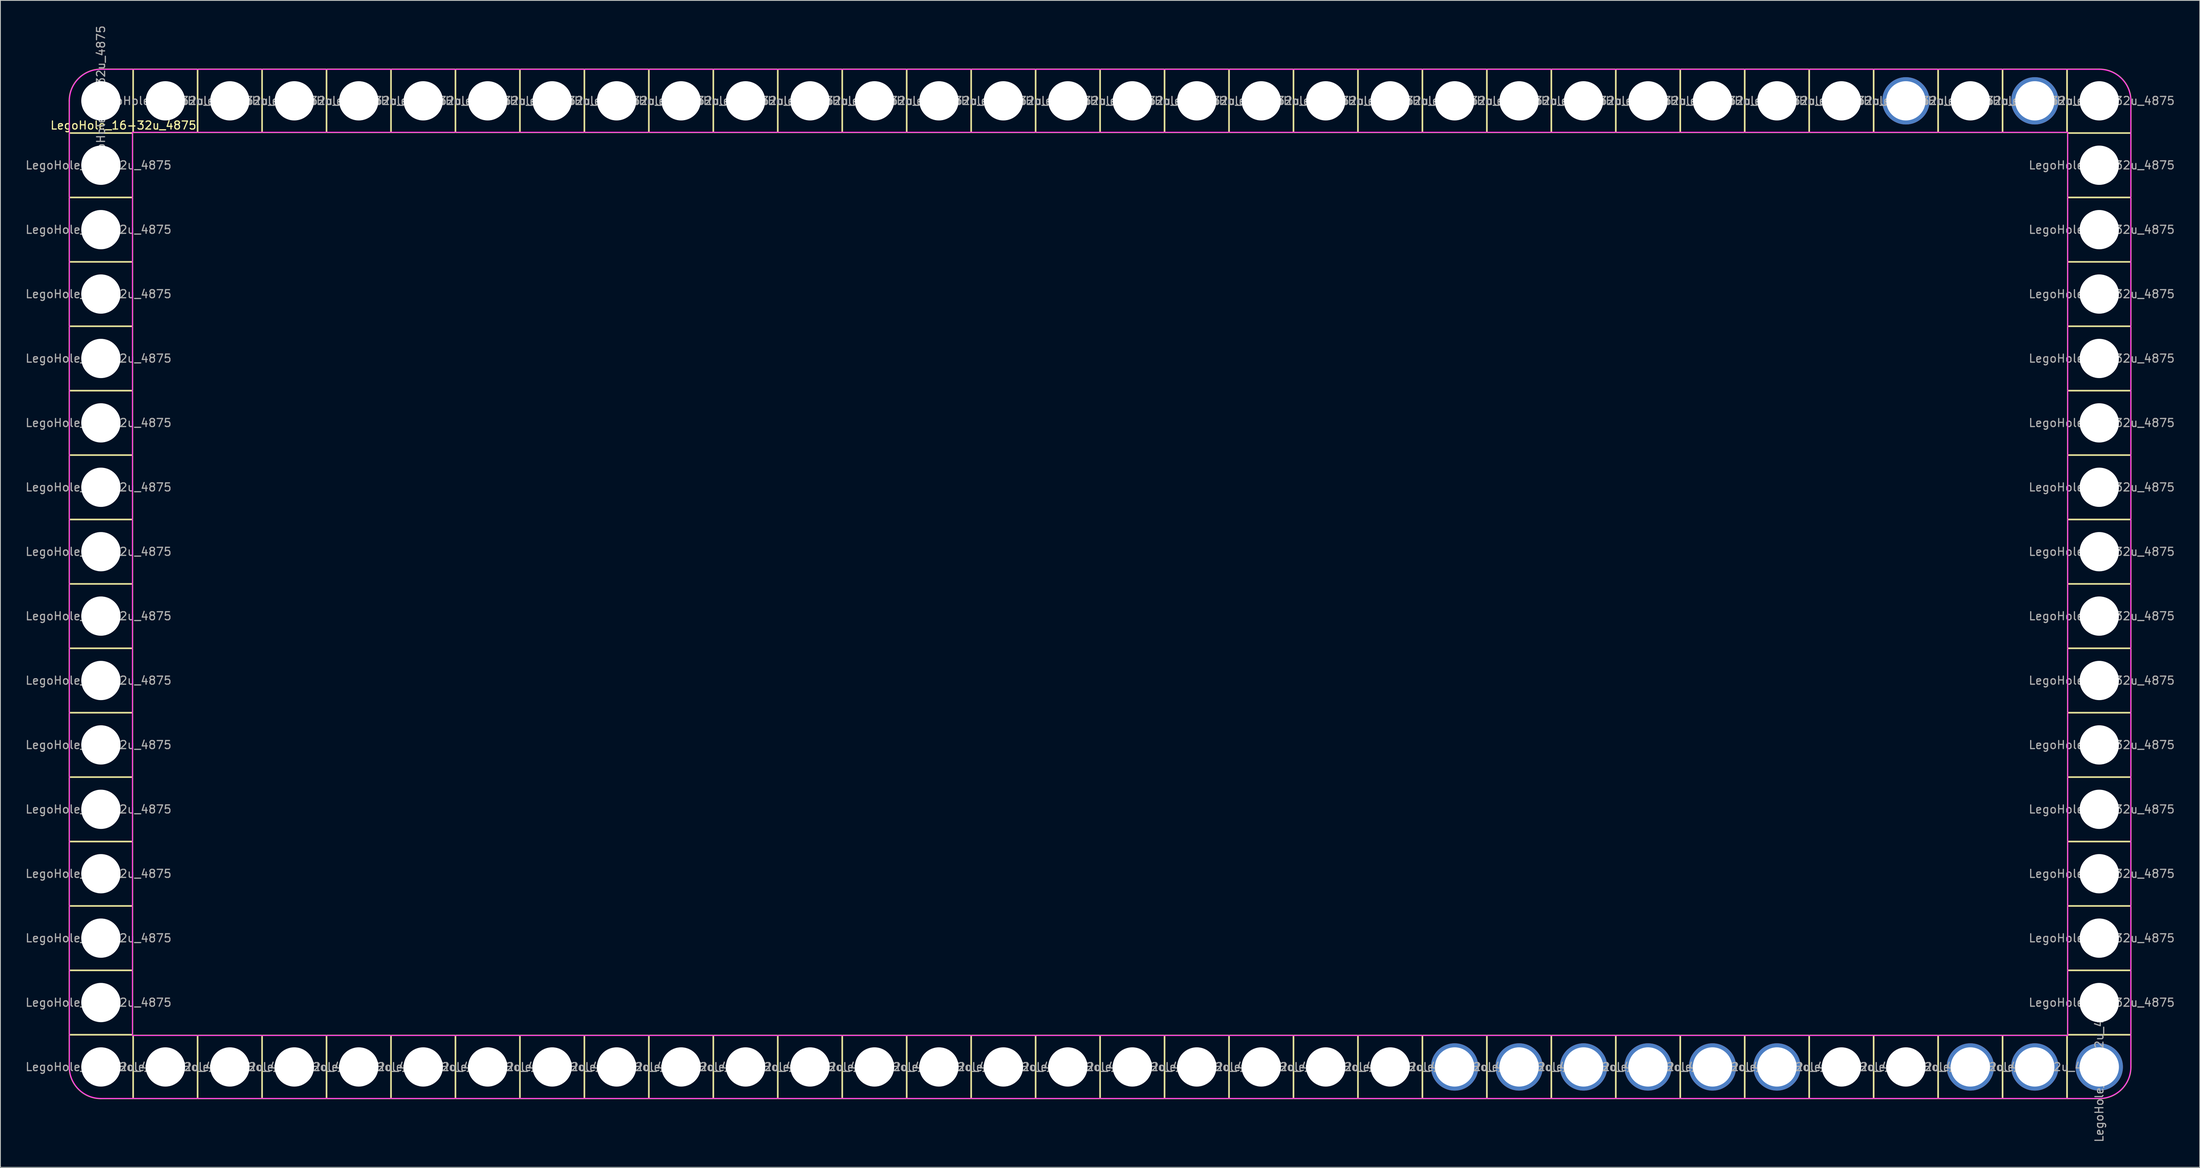
<source format=kicad_pcb>
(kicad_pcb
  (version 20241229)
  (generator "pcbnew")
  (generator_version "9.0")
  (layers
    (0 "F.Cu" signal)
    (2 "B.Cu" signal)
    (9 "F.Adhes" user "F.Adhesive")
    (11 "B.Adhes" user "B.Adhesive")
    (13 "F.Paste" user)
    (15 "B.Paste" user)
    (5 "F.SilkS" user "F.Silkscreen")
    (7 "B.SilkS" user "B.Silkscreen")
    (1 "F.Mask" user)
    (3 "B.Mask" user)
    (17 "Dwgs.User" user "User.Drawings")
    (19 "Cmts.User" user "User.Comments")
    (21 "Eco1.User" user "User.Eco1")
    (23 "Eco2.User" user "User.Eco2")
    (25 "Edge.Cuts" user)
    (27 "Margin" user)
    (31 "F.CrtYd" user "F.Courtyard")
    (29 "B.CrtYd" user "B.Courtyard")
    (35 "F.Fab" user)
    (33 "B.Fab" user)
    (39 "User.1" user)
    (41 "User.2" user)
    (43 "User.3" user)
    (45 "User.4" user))
  (footprint "LegoHole_16-32u_4875"
    (layer "F.Cu")
    (at 9.473 9.473)
    (property "Reference" "LegoHole_16-32u_4875" (at 2.794 3.048 0) (layer "F.SilkS") (effects (font (size 1 1) (thickness 0.15))))
    (attr exclude_from_pos_files exclude_from_bom)
    (fp_line (start -3.95 0) (end -3.95 3.95) (stroke (width 0.1) (type solid)) (layer "F.SilkS"))
    (fp_line (start -3.95 3.95) (end 3.95 3.95) (stroke (width 0.1) (type solid)) (layer "F.SilkS"))
    (fp_line (start -3.95 120) (end -3.95 116.05) (stroke (width 0.1) (type solid)) (layer "F.SilkS"))
    (fp_line (start 0 -3.95) (end 3.95 -3.95) (stroke (width 0.1) (type solid)) (layer "F.SilkS"))
    (fp_line (start 0 123.95) (end 3.95 123.95) (stroke (width 0.1) (type solid)) (layer "F.SilkS"))
    (fp_line (start 3.95 3.95) (end 3.95 -3.95) (stroke (width 0.1) (type solid)) (layer "F.SilkS"))
    (fp_line (start 3.95 116.05) (end -3.95 116.05) (stroke (width 0.1) (type solid)) (layer "F.SilkS"))
    (fp_line (start 3.95 123.95) (end 3.95 116.05) (stroke (width 0.1) (type solid)) (layer "F.SilkS"))
    (fp_line (start 244.05 -3.95) (end 244.05 3.95) (stroke (width 0.1) (type solid)) (layer "F.SilkS"))
    (fp_line (start 244.05 3.95) (end 251.95 3.95) (stroke (width 0.1) (type solid)) (layer "F.SilkS"))
    (fp_line (start 244.05 116.05) (end 244.05 123.95) (stroke (width 0.1) (type solid)) (layer "F.SilkS"))
    (fp_line (start 248 -3.95) (end 244.05 -3.95) (stroke (width 0.1) (type solid)) (layer "F.SilkS"))
    (fp_line (start 248 123.95) (end 244.05 123.95) (stroke (width 0.1) (type solid)) (layer "F.SilkS"))
    (fp_line (start 251.95 0) (end 251.95 3.95) (stroke (width 0.1) (type solid)) (layer "F.SilkS"))
    (fp_line (start 251.95 116.05) (end 244.05 116.05) (stroke (width 0.1) (type solid)) (layer "F.SilkS"))
    (fp_line (start 251.95 120) (end 251.95 116.05) (stroke (width 0.1) (type solid)) (layer "F.SilkS"))
    (fp_rect (start 3.95 11.95) (end -3.95 4.05) (stroke (width 0.1) (type solid)) (fill no) (layer "F.SilkS"))
    (fp_rect (start 3.95 19.95) (end -3.95 12.05) (stroke (width 0.1) (type solid)) (fill no) (layer "F.SilkS"))
    (fp_rect (start 3.95 27.95) (end -3.95 20.05) (stroke (width 0.1) (type solid)) (fill no) (layer "F.SilkS"))
    (fp_rect (start 3.95 35.95) (end -3.95 28.05) (stroke (width 0.1) (type solid)) (fill no) (layer "F.SilkS"))
    (fp_rect (start 3.95 43.95) (end -3.95 36.05) (stroke (width 0.1) (type solid)) (fill no) (layer "F.SilkS"))
    (fp_rect (start 3.95 51.95) (end -3.95 44.05) (stroke (width 0.1) (type solid)) (fill no) (layer "F.SilkS"))
    (fp_rect (start 3.95 59.95) (end -3.95 52.05) (stroke (width 0.1) (type solid)) (fill no) (layer "F.SilkS"))
    (fp_rect (start 3.95 67.95) (end -3.95 60.05) (stroke (width 0.1) (type solid)) (fill no) (layer "F.SilkS"))
    (fp_rect (start 3.95 75.95) (end -3.95 68.05) (stroke (width 0.1) (type solid)) (fill no) (layer "F.SilkS"))
    (fp_rect (start 3.95 83.95) (end -3.95 76.05) (stroke (width 0.1) (type solid)) (fill no) (layer "F.SilkS"))
    (fp_rect (start 3.95 91.95) (end -3.95 84.05) (stroke (width 0.1) (type solid)) (fill no) (layer "F.SilkS"))
    (fp_rect (start 3.95 99.95) (end -3.95 92.05) (stroke (width 0.1) (type solid)) (fill no) (layer "F.SilkS"))
    (fp_rect (start 3.95 107.95) (end -3.95 100.05) (stroke (width 0.1) (type solid)) (fill no) (layer "F.SilkS"))
    (fp_rect (start 3.95 115.95) (end -3.95 108.05) (stroke (width 0.1) (type solid)) (fill no) (layer "F.SilkS"))
    (fp_rect (start 4.05 -3.95) (end 11.95 3.95) (stroke (width 0.1) (type solid)) (fill no) (layer "F.SilkS"))
    (fp_rect (start 11.95 123.95) (end 4.05 116.05) (stroke (width 0.1) (type solid)) (fill no) (layer "F.SilkS"))
    (fp_rect (start 12.05 -3.95) (end 19.95 3.95) (stroke (width 0.1) (type solid)) (fill no) (layer "F.SilkS"))
    (fp_rect (start 19.95 123.95) (end 12.05 116.05) (stroke (width 0.1) (type solid)) (fill no) (layer "F.SilkS"))
    (fp_rect (start 20.05 -3.95) (end 27.95 3.95) (stroke (width 0.1) (type solid)) (fill no) (layer "F.SilkS"))
    (fp_rect (start 27.95 123.95) (end 20.05 116.05) (stroke (width 0.1) (type solid)) (fill no) (layer "F.SilkS"))
    (fp_rect (start 28.05 -3.95) (end 35.95 3.95) (stroke (width 0.1) (type solid)) (fill no) (layer "F.SilkS"))
    (fp_rect (start 35.95 123.95) (end 28.05 116.05) (stroke (width 0.1) (type solid)) (fill no) (layer "F.SilkS"))
    (fp_rect (start 36.05 -3.95) (end 43.95 3.95) (stroke (width 0.1) (type solid)) (fill no) (layer "F.SilkS"))
    (fp_rect (start 43.95 123.95) (end 36.05 116.05) (stroke (width 0.1) (type solid)) (fill no) (layer "F.SilkS"))
    (fp_rect (start 44.05 -3.95) (end 51.95 3.95) (stroke (width 0.1) (type solid)) (fill no) (layer "F.SilkS"))
    (fp_rect (start 51.95 123.95) (end 44.05 116.05) (stroke (width 0.1) (type solid)) (fill no) (layer "F.SilkS"))
    (fp_rect (start 52.05 -3.95) (end 59.95 3.95) (stroke (width 0.1) (type solid)) (fill no) (layer "F.SilkS"))
    (fp_rect (start 59.95 123.95) (end 52.05 116.05) (stroke (width 0.1) (type solid)) (fill no) (layer "F.SilkS"))
    (fp_rect (start 60.05 -3.95) (end 67.95 3.95) (stroke (width 0.1) (type solid)) (fill no) (layer "F.SilkS"))
    (fp_rect (start 67.95 123.95) (end 60.05 116.05) (stroke (width 0.1) (type solid)) (fill no) (layer "F.SilkS"))
    (fp_rect (start 68.05 -3.95) (end 75.95 3.95) (stroke (width 0.1) (type solid)) (fill no) (layer "F.SilkS"))
    (fp_rect (start 75.95 123.95) (end 68.05 116.05) (stroke (width 0.1) (type solid)) (fill no) (layer "F.SilkS"))
    (fp_rect (start 76.05 -3.95) (end 83.95 3.95) (stroke (width 0.1) (type solid)) (fill no) (layer "F.SilkS"))
    (fp_rect (start 83.95 123.95) (end 76.05 116.05) (stroke (width 0.1) (type solid)) (fill no) (layer "F.SilkS"))
    (fp_rect (start 84.05 -3.95) (end 91.95 3.95) (stroke (width 0.1) (type solid)) (fill no) (layer "F.SilkS"))
    (fp_rect (start 91.95 123.95) (end 84.05 116.05) (stroke (width 0.1) (type solid)) (fill no) (layer "F.SilkS"))
    (fp_rect (start 92.05 -3.95) (end 99.95 3.95) (stroke (width 0.1) (type solid)) (fill no) (layer "F.SilkS"))
    (fp_rect (start 99.95 123.95) (end 92.05 116.05) (stroke (width 0.1) (type solid)) (fill no) (layer "F.SilkS"))
    (fp_rect (start 100.05 -3.95) (end 107.95 3.95) (stroke (width 0.1) (type solid)) (fill no) (layer "F.SilkS"))
    (fp_rect (start 107.95 123.95) (end 100.05 116.05) (stroke (width 0.1) (type solid)) (fill no) (layer "F.SilkS"))
    (fp_rect (start 108.05 -3.95) (end 115.95 3.95) (stroke (width 0.1) (type solid)) (fill no) (layer "F.SilkS"))
    (fp_rect (start 115.95 123.95) (end 108.05 116.05) (stroke (width 0.1) (type solid)) (fill no) (layer "F.SilkS"))
    (fp_rect (start 116.05 -3.95) (end 123.95 3.95) (stroke (width 0.1) (type solid)) (fill no) (layer "F.SilkS"))
    (fp_rect (start 123.95 123.95) (end 116.05 116.05) (stroke (width 0.1) (type solid)) (fill no) (layer "F.SilkS"))
    (fp_rect (start 124.05 -3.95) (end 131.95 3.95) (stroke (width 0.1) (type solid)) (fill no) (layer "F.SilkS"))
    (fp_rect (start 131.95 123.95) (end 124.05 116.05) (stroke (width 0.1) (type solid)) (fill no) (layer "F.SilkS"))
    (fp_rect (start 132.05 -3.95) (end 139.95 3.95) (stroke (width 0.1) (type solid)) (fill no) (layer "F.SilkS"))
    (fp_rect (start 139.95 123.95) (end 132.05 116.05) (stroke (width 0.1) (type solid)) (fill no) (layer "F.SilkS"))
    (fp_rect (start 140.05 -3.95) (end 147.95 3.95) (stroke (width 0.1) (type solid)) (fill no) (layer "F.SilkS"))
    (fp_rect (start 147.95 123.95) (end 140.05 116.05) (stroke (width 0.1) (type solid)) (fill no) (layer "F.SilkS"))
    (fp_rect (start 148.05 -3.95) (end 155.95 3.95) (stroke (width 0.1) (type solid)) (fill no) (layer "F.SilkS"))
    (fp_rect (start 155.95 123.95) (end 148.05 116.05) (stroke (width 0.1) (type solid)) (fill no) (layer "F.SilkS"))
    (fp_rect (start 156.05 -3.95) (end 163.95 3.95) (stroke (width 0.1) (type solid)) (fill no) (layer "F.SilkS"))
    (fp_rect (start 163.95 123.95) (end 156.05 116.05) (stroke (width 0.1) (type solid)) (fill no) (layer "F.SilkS"))
    (fp_rect (start 164.05 -3.95) (end 171.95 3.95) (stroke (width 0.1) (type solid)) (fill no) (layer "F.SilkS"))
    (fp_rect (start 171.95 123.95) (end 164.05 116.05) (stroke (width 0.1) (type solid)) (fill no) (layer "F.SilkS"))
    (fp_rect (start 172.05 -3.95) (end 179.95 3.95) (stroke (width 0.1) (type solid)) (fill no) (layer "F.SilkS"))
    (fp_rect (start 179.95 123.95) (end 172.05 116.05) (stroke (width 0.1) (type solid)) (fill no) (layer "F.SilkS"))
    (fp_rect (start 180.05 -3.95) (end 187.95 3.95) (stroke (width 0.1) (type solid)) (fill no) (layer "F.SilkS"))
    (fp_rect (start 187.95 123.95) (end 180.05 116.05) (stroke (width 0.1) (type solid)) (fill no) (layer "F.SilkS"))
    (fp_rect (start 188.05 -3.95) (end 195.95 3.95) (stroke (width 0.1) (type solid)) (fill no) (layer "F.SilkS"))
    (fp_rect (start 195.95 123.95) (end 188.05 116.05) (stroke (width 0.1) (type solid)) (fill no) (layer "F.SilkS"))
    (fp_rect (start 196.05 -3.95) (end 203.95 3.95) (stroke (width 0.1) (type solid)) (fill no) (layer "F.SilkS"))
    (fp_rect (start 203.95 123.95) (end 196.05 116.05) (stroke (width 0.1) (type solid)) (fill no) (layer "F.SilkS"))
    (fp_rect (start 204.05 -3.95) (end 211.95 3.95) (stroke (width 0.1) (type solid)) (fill no) (layer "F.SilkS"))
    (fp_rect (start 211.95 123.95) (end 204.05 116.05) (stroke (width 0.1) (type solid)) (fill no) (layer "F.SilkS"))
    (fp_rect (start 212.05 -3.95) (end 219.95 3.95) (stroke (width 0.1) (type solid)) (fill no) (layer "F.SilkS"))
    (fp_rect (start 219.95 123.95) (end 212.05 116.05) (stroke (width 0.1) (type solid)) (fill no) (layer "F.SilkS"))
    (fp_rect (start 220.05 -3.95) (end 227.95 3.95) (stroke (width 0.1) (type solid)) (fill no) (layer "F.SilkS"))
    (fp_rect (start 227.95 123.95) (end 220.05 116.05) (stroke (width 0.1) (type solid)) (fill no) (layer "F.SilkS"))
    (fp_rect (start 228.05 -3.95) (end 235.95 3.95) (stroke (width 0.1) (type solid)) (fill no) (layer "F.SilkS"))
    (fp_rect (start 235.95 123.95) (end 228.05 116.05) (stroke (width 0.1) (type solid)) (fill no) (layer "F.SilkS"))
    (fp_rect (start 236.05 -3.95) (end 243.95 3.95) (stroke (width 0.1) (type solid)) (fill no) (layer "F.SilkS"))
    (fp_rect (start 243.95 123.95) (end 236.05 116.05) (stroke (width 0.1) (type solid)) (fill no) (layer "F.SilkS"))
    (fp_rect (start 244.05 4.05) (end 251.95 11.95) (stroke (width 0.1) (type solid)) (fill no) (layer "F.SilkS"))
    (fp_rect (start 244.05 12.05) (end 251.95 19.95) (stroke (width 0.1) (type solid)) (fill no) (layer "F.SilkS"))
    (fp_rect (start 244.05 20.05) (end 251.95 27.95) (stroke (width 0.1) (type solid)) (fill no) (layer "F.SilkS"))
    (fp_rect (start 244.05 28.05) (end 251.95 35.95) (stroke (width 0.1) (type solid)) (fill no) (layer "F.SilkS"))
    (fp_rect (start 244.05 36.05) (end 251.95 43.95) (stroke (width 0.1) (type solid)) (fill no) (layer "F.SilkS"))
    (fp_rect (start 244.05 44.05) (end 251.95 51.95) (stroke (width 0.1) (type solid)) (fill no) (layer "F.SilkS"))
    (fp_rect (start 244.05 52.05) (end 251.95 59.95) (stroke (width 0.1) (type solid)) (fill no) (layer "F.SilkS"))
    (fp_rect (start 244.05 60.05) (end 251.95 67.95) (stroke (width 0.1) (type solid)) (fill no) (layer "F.SilkS"))
    (fp_rect (start 244.05 68.05) (end 251.95 75.95) (stroke (width 0.1) (type solid)) (fill no) (layer "F.SilkS"))
    (fp_rect (start 244.05 76.05) (end 251.95 83.95) (stroke (width 0.1) (type solid)) (fill no) (layer "F.SilkS"))
    (fp_rect (start 244.05 84.05) (end 251.95 91.95) (stroke (width 0.1) (type solid)) (fill no) (layer "F.SilkS"))
    (fp_rect (start 244.05 92.05) (end 251.95 99.95) (stroke (width 0.1) (type solid)) (fill no) (layer "F.SilkS"))
    (fp_rect (start 244.05 100.05) (end 251.95 107.95) (stroke (width 0.1) (type solid)) (fill no) (layer "F.SilkS"))
    (fp_rect (start 244.05 108.05) (end 251.95 115.95) (stroke (width 0.1) (type solid)) (fill no) (layer "F.SilkS"))
    (fp_arc (start -3.95 0) (mid -2.793072 -2.793072) (end 0 -3.95) (stroke (width 0.1) (type solid)) (layer "F.SilkS"))
    (fp_arc (start 0 123.95) (mid -2.793072 122.793072) (end -3.95 120) (stroke (width 0.1) (type solid)) (layer "F.SilkS"))
    (fp_arc (start 248 -3.95) (mid 250.793072 -2.793072) (end 251.95 0) (stroke (width 0.1) (type solid)) (layer "F.SilkS"))
    (fp_arc (start 251.95 120) (mid 250.793072 122.793072) (end 248 123.95) (stroke (width 0.1) (type solid)) (layer "F.SilkS"))
    (fp_line (start -3.9 3.88) (end -3.9 0) (stroke (width 0.12) (type solid)) (layer "F.CrtYd"))
    (fp_line (start -3.9 3.88) (end -3.9 120) (stroke (width 0.12) (type solid)) (layer "F.CrtYd"))
    (fp_line (start 3.9 3.9) (end 244.1 3.9) (stroke (width 0.12) (type solid)) (layer "F.CrtYd"))
    (fp_line (start 3.9 116.1) (end 3.9 3.9) (stroke (width 0.12) (type solid)) (layer "F.CrtYd"))
    (fp_line (start 3.9 123.9) (end 0 123.9) (stroke (width 0.12) (type solid)) (layer "F.CrtYd"))
    (fp_line (start 3.9 123.9) (end 248 123.9) (stroke (width 0.12) (type solid)) (layer "F.CrtYd"))
    (fp_line (start 244.1 -3.9) (end 0 -3.9) (stroke (width 0.12) (type solid)) (layer "F.CrtYd"))
    (fp_line (start 244.1 -3.9) (end 248 -3.9) (stroke (width 0.12) (type solid)) (layer "F.CrtYd"))
    (fp_line (start 244.1 3.9) (end 244.1 116.1) (stroke (width 0.12) (type solid)) (layer "F.CrtYd"))
    (fp_line (start 244.1 116.1) (end 3.9 116.1) (stroke (width 0.12) (type solid)) (layer "F.CrtYd"))
    (fp_line (start 251.9 116.1) (end 251.9 0) (stroke (width 0.12) (type solid)) (layer "F.CrtYd"))
    (fp_line (start 251.9 116.1) (end 251.9 120) (stroke (width 0.12) (type solid)) (layer "F.CrtYd"))
    (fp_arc (start -3.9 0) (mid -2.757716 -2.757716) (end 0 -3.9) (stroke (width 0.12) (type solid)) (layer "F.CrtYd"))
    (fp_arc (start 0 123.9) (mid -2.757716 122.757716) (end -3.9 120) (stroke (width 0.12) (type solid)) (layer "F.CrtYd"))
    (fp_arc (start 248 -3.9) (mid 250.757716 -2.757716) (end 251.9 0) (stroke (width 0.12) (type solid)) (layer "F.CrtYd"))
    (fp_arc (start 251.9 120) (mid 250.757716 122.757716) (end 248 123.9) (stroke (width 0.12) (type solid)) (layer "F.CrtYd"))
    (fp_text user "${REFERENCE}" (at 248.3 56 0) (layer "F.Fab") (effects (font (size 1 1) (thickness 0.15))))
    (fp_text user "${REFERENCE}" (at 167.7 120 180) (layer "F.Fab") (effects (font (size 1 1) (thickness 0.15))))
    (fp_text user "${REFERENCE}" (at -0.3 104 180) (layer "F.Fab") (effects (font (size 1 1) (thickness 0.15))))
    (fp_text user "${REFERENCE}" (at 23.7 120 180) (layer "F.Fab") (effects (font (size 1 1) (thickness 0.15))))
    (fp_text user "${REFERENCE}" (at -0.3 72 180) (layer "F.Fab") (effects (font (size 1 1) (thickness 0.15))))
    (fp_text user "${REFERENCE}" (at 128.3 0 0) (layer "F.Fab") (effects (font (size 1 1) (thickness 0.15))))
    (fp_text user "${REFERENCE}" (at 104.3 0 0) (layer "F.Fab") (effects (font (size 1 1) (thickness 0.15))))
    (fp_text user "${REFERENCE}" (at 48.3 0 0) (layer "F.Fab") (effects (font (size 1 1) (thickness 0.15))))
    (fp_text user "${REFERENCE}" (at 239.7 120 180) (layer "F.Fab") (effects (font (size 1 1) (thickness 0.15))))
    (fp_text user "${REFERENCE}" (at 240.3 0 0) (layer "F.Fab") (effects (font (size 1 1) (thickness 0.15))))
    (fp_text user "${REFERENCE}" (at 95.7 120 180) (layer "F.Fab") (effects (font (size 1 1) (thickness 0.15))))
    (fp_text user "${REFERENCE}" (at 248.3 16 0) (layer "F.Fab") (effects (font (size 1 1) (thickness 0.15))))
    (fp_text user "${REFERENCE}" (at -0.3 56 180) (layer "F.Fab") (effects (font (size 1 1) (thickness 0.15))))
    (fp_text user "${REFERENCE}" (at 200.3 0 0) (layer "F.Fab") (effects (font (size 1 1) (thickness 0.15))))
    (fp_text user "${REFERENCE}" (at 175.7 120 180) (layer "F.Fab") (effects (font (size 1 1) (thickness 0.15))))
    (fp_text user "${REFERENCE}" (at 16.3 0 0) (layer "F.Fab") (effects (font (size 1 1) (thickness 0.15))))
    (fp_text user "${REFERENCE}" (at 184.3 0 0) (layer "F.Fab") (effects (font (size 1 1) (thickness 0.15))))
    (fp_text user "${REFERENCE}" (at 248.3 88 0) (layer "F.Fab") (effects (font (size 1 1) (thickness 0.15))))
    (fp_text user "${REFERENCE}" (at 248.3 72 0) (layer "F.Fab") (effects (font (size 1 1) (thickness 0.15))))
    (fp_text user "${REFERENCE}" (at 248.3 104 0) (layer "F.Fab") (effects (font (size 1 1) (thickness 0.15))))
    (fp_text user "${REFERENCE}" (at 120.3 0 0) (layer "F.Fab") (effects (font (size 1 1) (thickness 0.15))))
    (fp_text user "${REFERENCE}" (at 8.3 0 0) (layer "F.Fab") (effects (font (size 1 1) (thickness 0.15))))
    (fp_text user "${REFERENCE}" (at 176.3 0 0) (layer "F.Fab") (effects (font (size 1 1) (thickness 0.15))))
    (fp_text user "${REFERENCE}" (at 248.3 112 0) (layer "F.Fab") (effects (font (size 1 1) (thickness 0.15))))
    (fp_text user "${REFERENCE}" (at 160.3 0 0) (layer "F.Fab") (effects (font (size 1 1) (thickness 0.15))))
    (fp_text user "${REFERENCE}" (at 119.7 120 180) (layer "F.Fab") (effects (font (size 1 1) (thickness 0.15))))
    (fp_text user "${REFERENCE}" (at 168.3 0 0) (layer "F.Fab") (effects (font (size 1 1) (thickness 0.15))))
    (fp_text user "${REFERENCE}" (at 207.7 120 180) (layer "F.Fab") (effects (font (size 1 1) (thickness 0.15))))
    (fp_text user "${REFERENCE}" (at 216.3 0 0) (layer "F.Fab") (effects (font (size 1 1) (thickness 0.15))))
    (fp_text user "${REFERENCE}" (at 151.7 120 180) (layer "F.Fab") (effects (font (size 1 1) (thickness 0.15))))
    (fp_text user "${REFERENCE}" (at 112.3 0 0) (layer "F.Fab") (effects (font (size 1 1) (thickness 0.15))))
    (fp_text user "${REFERENCE}" (at 191.7 120 180) (layer "F.Fab") (effects (font (size 1 1) (thickness 0.15))))
    (fp_text user "${REFERENCE}" (at -0.3 32 180) (layer "F.Fab") (effects (font (size 1 1) (thickness 0.15))))
    (fp_text user "${REFERENCE}" (at 183.7 120 180) (layer "F.Fab") (effects (font (size 1 1) (thickness 0.15))))
    (fp_text user "${REFERENCE}" (at 192.3 0 0) (layer "F.Fab") (effects (font (size 1 1) (thickness 0.15))))
    (fp_text user "${REFERENCE}" (at 63.7 120 180) (layer "F.Fab") (effects (font (size 1 1) (thickness 0.15))))
    (fp_text user "${REFERENCE}" (at 87.7 120 180) (layer "F.Fab") (effects (font (size 1 1) (thickness 0.15))))
    (fp_text user "${REFERENCE}" (at 248.3 32 0) (layer "F.Fab") (effects (font (size 1 1) (thickness 0.15))))
    (fp_text user "${REFERENCE}" (at 72.3 0 0) (layer "F.Fab") (effects (font (size 1 1) (thickness 0.15))))
    (fp_text user "${REFERENCE}" (at 248.3 40 0) (layer "F.Fab") (effects (font (size 1 1) (thickness 0.15))))
    (fp_text user "${REFERENCE}" (at 215.7 120 180) (layer "F.Fab") (effects (font (size 1 1) (thickness 0.15))))
    (fp_text user "${REFERENCE}" (at 248.3 48 0) (layer "F.Fab") (effects (font (size 1 1) (thickness 0.15))))
    (fp_text user "${REFERENCE}" (at -0.3 8 180) (layer "F.Fab") (effects (font (size 1 1) (thickness 0.15))))
    (fp_text user "${REFERENCE}" (at 40.3 0 0) (layer "F.Fab") (effects (font (size 1 1) (thickness 0.15))))
    (fp_text user "${REFERENCE}" (at 199.7 120 180) (layer "F.Fab") (effects (font (size 1 1) (thickness 0.15))))
    (fp_text user "${REFERENCE}" (at 159.7 120 180) (layer "F.Fab") (effects (font (size 1 1) (thickness 0.15))))
    (fp_text user "${REFERENCE}" (at -0.3 16 180) (layer "F.Fab") (effects (font (size 1 1) (thickness 0.15))))
    (fp_text user "${REFERENCE}" (at 135.7 120 180) (layer "F.Fab") (effects (font (size 1 1) (thickness 0.15))))
    (fp_text user "${REFERENCE}" (at -0.3 96 180) (layer "F.Fab") (effects (font (size 1 1) (thickness 0.15))))
    (fp_text user "${REFERENCE}" (at 144.3 0 0) (layer "F.Fab") (effects (font (size 1 1) (thickness 0.15))))
    (fp_text user "${REFERENCE}" (at 127.7 120 180) (layer "F.Fab") (effects (font (size 1 1) (thickness 0.15))))
    (fp_text user "${REFERENCE}" (at 39.7 120 180) (layer "F.Fab") (effects (font (size 1 1) (thickness 0.15))))
    (fp_text user "${REFERENCE}" (at 136.3 0 0) (layer "F.Fab") (effects (font (size 1 1) (thickness 0.15))))
    (fp_text user "${REFERENCE}" (at 56.3 0 0) (layer "F.Fab") (effects (font (size 1 1) (thickness 0.15))))
    (fp_text user "${REFERENCE}" (at 47.7 120 180) (layer "F.Fab") (effects (font (size 1 1) (thickness 0.15))))
    (fp_text user "${REFERENCE}" (at -0.3 120 180) (layer "F.Fab") (effects (font (size 1 1) (thickness 0.15))))
    (fp_text user "${REFERENCE}" (at 7.7 120 180) (layer "F.Fab") (effects (font (size 1 1) (thickness 0.15))))
    (fp_text user "${REFERENCE}" (at 32.3 0 0) (layer "F.Fab") (effects (font (size 1 1) (thickness 0.15))))
    (fp_text user "${REFERENCE}" (at 31.7 120 180) (layer "F.Fab") (effects (font (size 1 1) (thickness 0.15))))
    (fp_text user "${REFERENCE}" (at 248.3 96 0) (layer "F.Fab") (effects (font (size 1 1) (thickness 0.15))))
    (fp_text user "${REFERENCE}" (at 248.3 24 0) (layer "F.Fab") (effects (font (size 1 1) (thickness 0.15))))
    (fp_text user "${REFERENCE}" (at 248 120.3 270) (layer "F.Fab") (effects (font (size 1 1) (thickness 0.15))))
    (fp_text user "${REFERENCE}" (at 223.7 120 180) (layer "F.Fab") (effects (font (size 1 1) (thickness 0.15))))
    (fp_text user "${REFERENCE}" (at 248.3 0 0) (layer "F.Fab") (effects (font (size 1 1) (thickness 0.15))))
    (fp_text user "${REFERENCE}" (at 55.7 120 180) (layer "F.Fab") (effects (font (size 1 1) (thickness 0.15))))
    (fp_text user "${REFERENCE}" (at -0.3 64 180) (layer "F.Fab") (effects (font (size 1 1) (thickness 0.15))))
    (fp_text user "${REFERENCE}" (at 103.7 120 180) (layer "F.Fab") (effects (font (size 1 1) (thickness 0.15))))
    (fp_text user "${REFERENCE}" (at 224.3 0 0) (layer "F.Fab") (effects (font (size 1 1) (thickness 0.15))))
    (fp_text user "${REFERENCE}" (at 24.3 0 0) (layer "F.Fab") (effects (font (size 1 1) (thickness 0.15))))
    (fp_text user "${REFERENCE}" (at 208.3 0 0) (layer "F.Fab") (effects (font (size 1 1) (thickness 0.15))))
    (fp_text user "${REFERENCE}" (at 80.3 0 0) (layer "F.Fab") (effects (font (size 1 1) (thickness 0.15))))
    (fp_text user "${REFERENCE}" (at 231.7 120 180) (layer "F.Fab") (effects (font (size 1 1) (thickness 0.15))))
    (fp_text user "${REFERENCE}" (at -0.3 112 180) (layer "F.Fab") (effects (font (size 1 1) (thickness 0.15))))
    (fp_text user "${REFERENCE}" (at 0 -0.3 90) (layer "F.Fab") (effects (font (size 1 1) (thickness 0.15))))
    (fp_text user "${REFERENCE}" (at 143.7 120 180) (layer "F.Fab") (effects (font (size 1 1) (thickness 0.15))))
    (fp_text user "${REFERENCE}" (at 248.3 64 0) (layer "F.Fab") (effects (font (size 1 1) (thickness 0.15))))
    (fp_text user "${REFERENCE}" (at 248.3 8 0) (layer "F.Fab") (effects (font (size 1 1) (thickness 0.15))))
    (fp_text user "${REFERENCE}" (at 64.3 0 0) (layer "F.Fab") (effects (font (size 1 1) (thickness 0.15))))
    (fp_text user "${REFERENCE}" (at 88.3 0 0) (layer "F.Fab") (effects (font (size 1 1) (thickness 0.15))))
    (fp_text user "${REFERENCE}" (at 232.3 0 0) (layer "F.Fab") (effects (font (size 1 1) (thickness 0.15))))
    (fp_text user "${REFERENCE}" (at -0.3 88 180) (layer "F.Fab") (effects (font (size 1 1) (thickness 0.15))))
    (fp_text user "${REFERENCE}" (at 71.7 120 180) (layer "F.Fab") (effects (font (size 1 1) (thickness 0.15))))
    (fp_text user "${REFERENCE}" (at -0.3 80 180) (layer "F.Fab") (effects (font (size 1 1) (thickness 0.15))))
    (fp_text user "${REFERENCE}" (at 15.7 120 180) (layer "F.Fab") (effects (font (size 1 1) (thickness 0.15))))
    (fp_text user "${REFERENCE}" (at 96.3 0 0) (layer "F.Fab") (effects (font (size 1 1) (thickness 0.15))))
    (fp_text user "${REFERENCE}" (at 79.7 120 180) (layer "F.Fab") (effects (font (size 1 1) (thickness 0.15))))
    (fp_text user "${REFERENCE}" (at 111.7 120 180) (layer "F.Fab") (effects (font (size 1 1) (thickness 0.15))))
    (fp_text user "${REFERENCE}" (at -0.3 48 180) (layer "F.Fab") (effects (font (size 1 1) (thickness 0.15))))
    (fp_text user "${REFERENCE}" (at -0.3 40 180) (layer "F.Fab") (effects (font (size 1 1) (thickness 0.15))))
    (fp_text user "${REFERENCE}" (at -0.3 24 180) (layer "F.Fab") (effects (font (size 1 1) (thickness 0.15))))
    (fp_text user "${REFERENCE}" (at 248.3 80 0) (layer "F.Fab") (effects (font (size 1 1) (thickness 0.15))))
    (fp_text user "${REFERENCE}" (at 152.3 0 0) (layer "F.Fab") (effects (font (size 1 1) (thickness 0.15))))
    (pad "" np_thru_hole circle (at 0 0 90) (size 4.875 4.875) (drill 4.875) (layers "*.Cu" "*.Mask"))
    (pad "" np_thru_hole circle (at 0 8 180) (size 4.875 4.875) (drill 4.875) (layers "*.Cu" "*.Mask"))
    (pad "" np_thru_hole circle (at 0 16 180) (size 4.875 4.875) (drill 4.875) (layers "*.Cu" "*.Mask"))
    (pad "" np_thru_hole circle (at 0 24 180) (size 4.875 4.875) (drill 4.875) (layers "*.Cu" "*.Mask"))
    (pad "" np_thru_hole circle (at 0 32 180) (size 4.875 4.875) (drill 4.875) (layers "*.Cu" "*.Mask"))
    (pad "" np_thru_hole circle (at 0 40 180) (size 4.875 4.875) (drill 4.875) (layers "*.Cu" "*.Mask"))
    (pad "" np_thru_hole circle (at 0 48 180) (size 4.875 4.875) (drill 4.875) (layers "*.Cu" "*.Mask"))
    (pad "" np_thru_hole circle (at 0 56 180) (size 4.875 4.875) (drill 4.875) (layers "*.Cu" "*.Mask"))
    (pad "" np_thru_hole circle (at 0 64 180) (size 4.875 4.875) (drill 4.875) (layers "*.Cu" "*.Mask"))
    (pad "" np_thru_hole circle (at 0 72 180) (size 4.875 4.875) (drill 4.875) (layers "*.Cu" "*.Mask"))
    (pad "" np_thru_hole circle (at 0 80 180) (size 4.875 4.875) (drill 4.875) (layers "*.Cu" "*.Mask"))
    (pad "" np_thru_hole circle (at 0 88 180) (size 4.875 4.875) (drill 4.875) (layers "*.Cu" "*.Mask"))
    (pad "" np_thru_hole circle (at 0 96 180) (size 4.875 4.875) (drill 4.875) (layers "*.Cu" "*.Mask"))
    (pad "" np_thru_hole circle (at 0 104 180) (size 4.875 4.875) (drill 4.875) (layers "*.Cu" "*.Mask"))
    (pad "" np_thru_hole circle (at 0 112 180) (size 4.875 4.875) (drill 4.875) (layers "*.Cu" "*.Mask"))
    (pad "" np_thru_hole circle (at 0 120 180) (size 4.875 4.875) (drill 4.875) (layers "*.Cu" "*.Mask"))
    (pad "" np_thru_hole circle (at 8 0) (size 4.875 4.875) (drill 4.875) (layers "*.Cu" "*.Mask"))
    (pad "" np_thru_hole circle (at 8 120 180) (size 4.875 4.875) (drill 4.875) (layers "*.Cu" "*.Mask"))
    (pad "" np_thru_hole circle (at 16 0) (size 4.875 4.875) (drill 4.875) (layers "*.Cu" "*.Mask"))
    (pad "" np_thru_hole circle (at 16 120 180) (size 4.875 4.875) (drill 4.875) (layers "*.Cu" "*.Mask"))
    (pad "" np_thru_hole circle (at 24 0) (size 4.875 4.875) (drill 4.875) (layers "*.Cu" "*.Mask"))
    (pad "" np_thru_hole circle (at 24 120 180) (size 4.875 4.875) (drill 4.875) (layers "*.Cu" "*.Mask"))
    (pad "" np_thru_hole circle (at 32 0) (size 4.875 4.875) (drill 4.875) (layers "*.Cu" "*.Mask"))
    (pad "" np_thru_hole circle (at 32 120 180) (size 4.875 4.875) (drill 4.875) (layers "*.Cu" "*.Mask"))
    (pad "" np_thru_hole circle (at 40 0) (size 4.875 4.875) (drill 4.875) (layers "*.Cu" "*.Mask"))
    (pad "" np_thru_hole circle (at 40 120 180) (size 4.875 4.875) (drill 4.875) (layers "*.Cu" "*.Mask"))
    (pad "" np_thru_hole circle (at 48 0) (size 4.875 4.875) (drill 4.875) (layers "*.Cu" "*.Mask"))
    (pad "" np_thru_hole circle (at 48 120 180) (size 4.875 4.875) (drill 4.875) (layers "*.Cu" "*.Mask"))
    (pad "" np_thru_hole circle (at 56 0) (size 4.875 4.875) (drill 4.875) (layers "*.Cu" "*.Mask"))
    (pad "" np_thru_hole circle (at 56 120 180) (size 4.875 4.875) (drill 4.875) (layers "*.Cu" "*.Mask"))
    (pad "" np_thru_hole circle (at 64 0) (size 4.875 4.875) (drill 4.875) (layers "*.Cu" "*.Mask"))
    (pad "" np_thru_hole circle (at 64 120 180) (size 4.875 4.875) (drill 4.875) (layers "*.Cu" "*.Mask"))
    (pad "" np_thru_hole circle (at 72 0) (size 4.875 4.875) (drill 4.875) (layers "*.Cu" "*.Mask"))
    (pad "" np_thru_hole circle (at 72 120 180) (size 4.875 4.875) (drill 4.875) (layers "*.Cu" "*.Mask"))
    (pad "" np_thru_hole circle (at 80 0) (size 4.875 4.875) (drill 4.875) (layers "*.Cu" "*.Mask"))
    (pad "" np_thru_hole circle (at 80 120 180) (size 4.875 4.875) (drill 4.875) (layers "*.Cu" "*.Mask"))
    (pad "" np_thru_hole circle (at 88 0) (size 4.875 4.875) (drill 4.875) (layers "*.Cu" "*.Mask"))
    (pad "" np_thru_hole circle (at 88 120 180) (size 4.875 4.875) (drill 4.875) (layers "*.Cu" "*.Mask"))
    (pad "" np_thru_hole circle (at 96 0) (size 4.875 4.875) (drill 4.875) (layers "*.Cu" "*.Mask"))
    (pad "" np_thru_hole circle (at 96 120 180) (size 4.875 4.875) (drill 4.875) (layers "*.Cu" "*.Mask"))
    (pad "" np_thru_hole circle (at 104 0) (size 4.875 4.875) (drill 4.875) (layers "*.Cu" "*.Mask"))
    (pad "" np_thru_hole circle (at 104 120 180) (size 4.875 4.875) (drill 4.875) (layers "*.Cu" "*.Mask"))
    (pad "" np_thru_hole circle (at 112 0) (size 4.875 4.875) (drill 4.875) (layers "*.Cu" "*.Mask"))
    (pad "" np_thru_hole circle (at 112 120 180) (size 4.875 4.875) (drill 4.875) (layers "*.Cu" "*.Mask"))
    (pad "" np_thru_hole circle (at 120 0) (size 4.875 4.875) (drill 4.875) (layers "*.Cu" "*.Mask"))
    (pad "" np_thru_hole circle (at 120 120 180) (size 4.875 4.875) (drill 4.875) (layers "*.Cu" "*.Mask"))
    (pad "" np_thru_hole circle (at 128 0) (size 4.875 4.875) (drill 4.875) (layers "*.Cu" "*.Mask"))
    (pad "" np_thru_hole circle (at 128 120 180) (size 4.875 4.875) (drill 4.875) (layers "*.Cu" "*.Mask"))
    (pad "" np_thru_hole circle (at 136 0) (size 4.875 4.875) (drill 4.875) (layers "*.Cu" "*.Mask"))
    (pad "" np_thru_hole circle (at 136 120 180) (size 4.875 4.875) (drill 4.875) (layers "*.Cu" "*.Mask"))
    (pad "" np_thru_hole circle (at 144 0) (size 4.875 4.875) (drill 4.875) (layers "*.Cu" "*.Mask"))
    (pad "" np_thru_hole circle (at 144 120 180) (size 4.875 4.875) (drill 4.875) (layers "*.Cu" "*.Mask"))
    (pad "" np_thru_hole circle (at 152 0) (size 4.875 4.875) (drill 4.875) (layers "*.Cu" "*.Mask"))
    (pad "" np_thru_hole circle (at 152 120 180) (size 4.875 4.875) (drill 4.875) (layers "*.Cu" "*.Mask"))
    (pad "" np_thru_hole circle (at 160 0) (size 4.875 4.875) (drill 4.875) (layers "*.Cu" "*.Mask"))
    (pad "" np_thru_hole circle (at 160 120 180) (size 4.875 4.875) (drill 4.875) (layers "*.Cu" "*.Mask"))
    (pad "" np_thru_hole circle (at 168 0) (size 4.875 4.875) (drill 4.875) (layers "*.Cu" "*.Mask"))
    (pad "" np_thru_hole circle (at 168 120 180) (size 5.875 5.875) (drill 4.875) (layers "*.Cu" "*.Mask"))
    (pad "" np_thru_hole circle (at 176 0) (size 4.875 4.875) (drill 4.875) (layers "*.Cu" "*.Mask"))
    (pad "" np_thru_hole circle (at 176 120 180) (size 5.875 5.875) (drill 4.875) (layers "*.Cu" "*.Mask"))
    (pad "" np_thru_hole circle (at 184 0) (size 4.875 4.875) (drill 4.875) (layers "*.Cu" "*.Mask"))
    (pad "" np_thru_hole circle (at 184 120 180) (size 5.875 5.875) (drill 4.875) (layers "*.Cu" "*.Mask"))
    (pad "" np_thru_hole circle (at 192 0) (size 4.875 4.875) (drill 4.875) (layers "*.Cu" "*.Mask"))
    (pad "" np_thru_hole circle (at 192 120 180) (size 5.875 5.875) (drill 4.875) (layers "*.Cu" "*.Mask"))
    (pad "" np_thru_hole circle (at 200 0) (size 4.875 4.875) (drill 4.875) (layers "*.Cu" "*.Mask"))
    (pad "" np_thru_hole circle (at 200 120 180) (size 5.875 5.875) (drill 4.875) (layers "*.Cu" "*.Mask"))
    (pad "" np_thru_hole circle (at 208 0) (size 4.875 4.875) (drill 4.875) (layers "*.Cu" "*.Mask"))
    (pad "" np_thru_hole circle (at 208 120 180) (size 5.875 5.875) (drill 4.875) (layers "*.Cu" "*.Mask"))
    (pad "" np_thru_hole circle (at 216 0) (size 4.875 4.875) (drill 4.875) (layers "*.Cu" "*.Mask"))
    (pad "" np_thru_hole circle (at 216 120 180) (size 4.875 4.875) (drill 4.875) (layers "*.Cu" "*.Mask"))
    (pad "" np_thru_hole circle (at 224 0) (size 5.875 5.875) (drill 4.875) (layers "*.Cu" "*.Mask"))
    (pad "" np_thru_hole circle (at 224 120 180) (size 4.875 4.875) (drill 4.875) (layers "*.Cu" "*.Mask"))
    (pad "" np_thru_hole circle (at 232 0) (size 4.875 4.875) (drill 4.875) (layers "*.Cu" "*.Mask"))
    (pad "" np_thru_hole circle (at 232 120 180) (size 5.875 5.875) (drill 4.875) (layers "*.Cu" "*.Mask"))
    (pad "" np_thru_hole circle (at 240 0) (size 5.875 5.875) (drill 4.875) (layers "*.Cu" "*.Mask"))
    (pad "" np_thru_hole circle (at 240 120 180) (size 5.875 5.875) (drill 4.875) (layers "*.Cu" "*.Mask"))
    (pad "" np_thru_hole circle (at 248 0) (size 4.875 4.875) (drill 4.875) (layers "*.Cu" "*.Mask"))
    (pad "" np_thru_hole circle (at 248 8) (size 4.875 4.875) (drill 4.875) (layers "*.Cu" "*.Mask"))
    (pad "" np_thru_hole circle (at 248 16) (size 4.875 4.875) (drill 4.875) (layers "*.Cu" "*.Mask"))
    (pad "" np_thru_hole circle (at 248 24) (size 4.875 4.875) (drill 4.875) (layers "*.Cu" "*.Mask"))
    (pad "" np_thru_hole circle (at 248 32) (size 4.875 4.875) (drill 4.875) (layers "*.Cu" "*.Mask"))
    (pad "" np_thru_hole circle (at 248 40) (size 4.875 4.875) (drill 4.875) (layers "*.Cu" "*.Mask"))
    (pad "" np_thru_hole circle (at 248 48) (size 4.875 4.875) (drill 4.875) (layers "*.Cu" "*.Mask"))
    (pad "" np_thru_hole circle (at 248 56) (size 4.875 4.875) (drill 4.875) (layers "*.Cu" "*.Mask"))
    (pad "" np_thru_hole circle (at 248 64) (size 4.875 4.875) (drill 4.875) (layers "*.Cu" "*.Mask"))
    (pad "" np_thru_hole circle (at 248 72) (size 4.875 4.875) (drill 4.875) (layers "*.Cu" "*.Mask"))
    (pad "" np_thru_hole circle (at 248 80) (size 4.875 4.875) (drill 4.875) (layers "*.Cu" "*.Mask"))
    (pad "" np_thru_hole circle (at 248 88) (size 4.875 4.875) (drill 4.875) (layers "*.Cu" "*.Mask"))
    (pad "" np_thru_hole circle (at 248 96) (size 4.875 4.875) (drill 4.875) (layers "*.Cu" "*.Mask"))
    (pad "" np_thru_hole circle (at 248 104) (size 4.875 4.875) (drill 4.875) (layers "*.Cu" "*.Mask"))
    (pad "" np_thru_hole circle (at 248 112) (size 4.875 4.875) (drill 4.875) (layers "*.Cu" "*.Mask"))
    (pad "" np_thru_hole circle (at 248 120 270) (size 5.875 5.875) (drill 4.875) (layers "*.Cu" "*.Mask")))
  (gr_rect
    (start -3 -3)
    (end 269.945 141.945)
    (stroke (width 0.1) (type default))
    (fill no)
    (layer "Edge.Cuts")))
</source>
